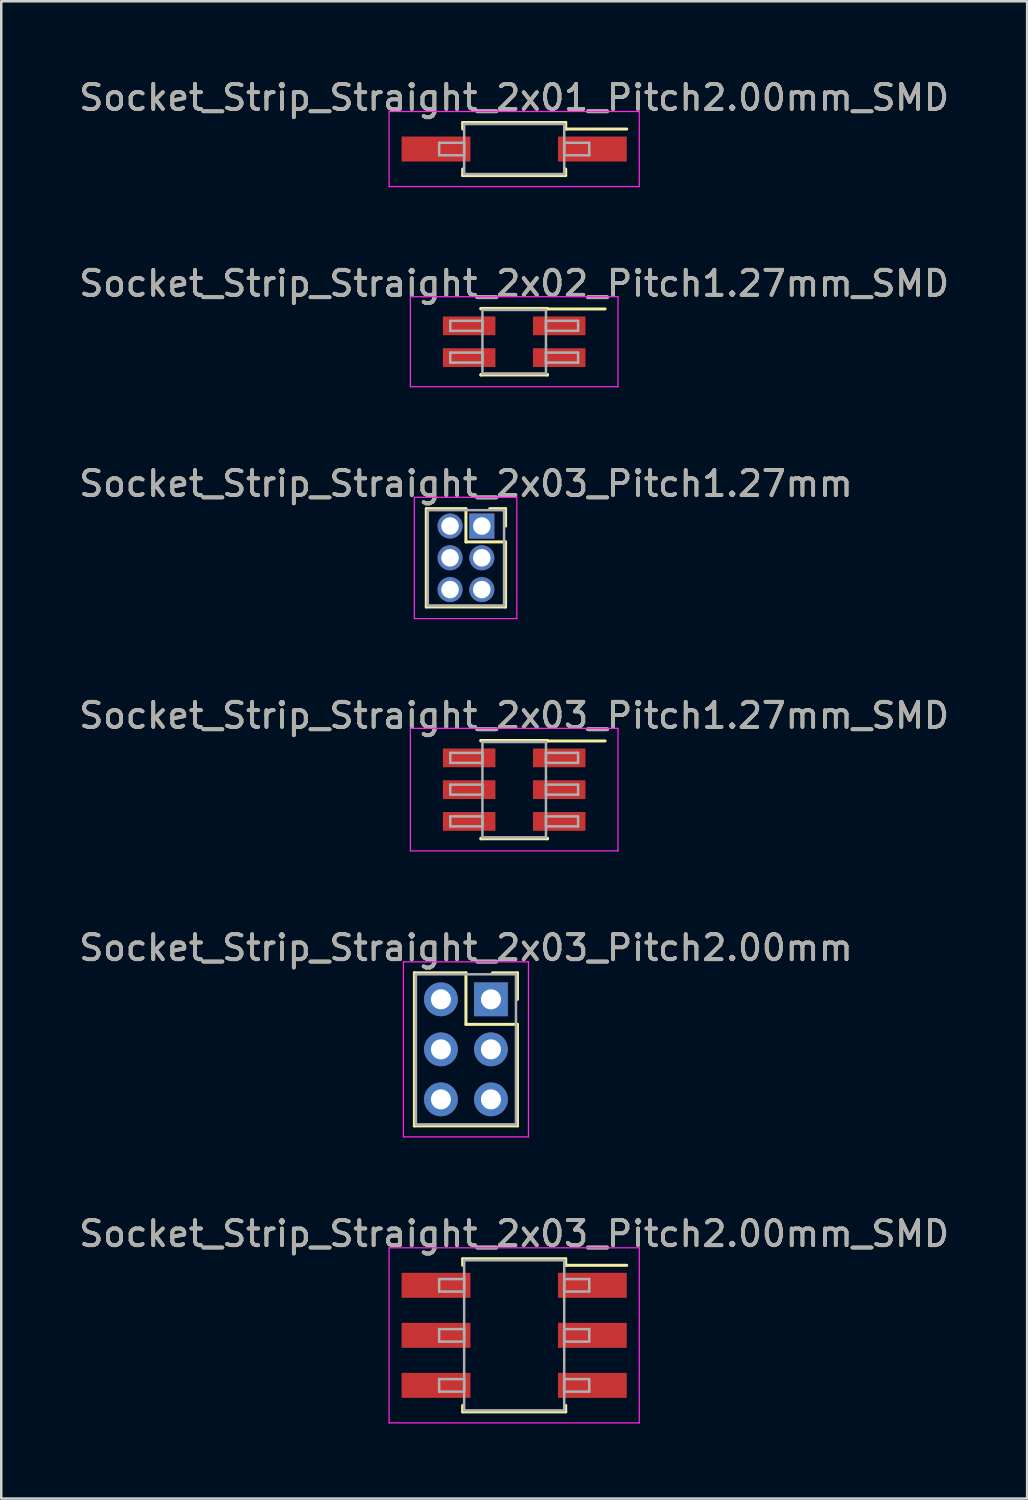
<source format=kicad_pcb>
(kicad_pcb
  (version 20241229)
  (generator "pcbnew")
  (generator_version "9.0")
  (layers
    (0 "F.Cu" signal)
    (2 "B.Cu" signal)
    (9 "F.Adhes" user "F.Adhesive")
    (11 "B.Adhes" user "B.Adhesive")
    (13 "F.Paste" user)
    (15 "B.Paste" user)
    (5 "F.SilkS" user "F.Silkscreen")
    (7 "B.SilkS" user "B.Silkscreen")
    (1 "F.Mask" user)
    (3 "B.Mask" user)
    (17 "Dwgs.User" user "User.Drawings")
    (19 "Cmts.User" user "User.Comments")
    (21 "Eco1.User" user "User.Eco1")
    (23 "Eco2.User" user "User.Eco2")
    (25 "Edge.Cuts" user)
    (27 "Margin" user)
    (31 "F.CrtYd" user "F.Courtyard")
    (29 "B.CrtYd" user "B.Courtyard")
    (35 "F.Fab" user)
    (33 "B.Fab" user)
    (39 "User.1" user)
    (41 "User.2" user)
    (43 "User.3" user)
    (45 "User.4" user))
  (footprint "Socket_Strip_Straight_2x02_Pitch1.27mm_SMD"
    (layer "F.Cu")
    (at 17.506 10.611)
    (property "Reference" "Socket_Strip_Straight_2x02_Pitch1.27mm_SMD" (at 0 -2.33 0) (layer "F.SilkS") (effects (font (size 1 1) (thickness 0.15))))
    (attr smd)
    (fp_line (start -1.33 -1.33) (end 1.33 -1.33) (stroke (width 0.12) (type solid)) (layer "F.SilkS"))
    (fp_line (start -1.33 -1.31) (end -1.33 -1.33) (stroke (width 0.12) (type solid)) (layer "F.SilkS"))
    (fp_line (start -1.33 1.31) (end -1.33 1.33) (stroke (width 0.12) (type solid)) (layer "F.SilkS"))
    (fp_line (start -1.33 1.33) (end 1.33 1.33) (stroke (width 0.12) (type solid)) (layer "F.SilkS"))
    (fp_line (start 1.33 -1.33) (end 1.33 -1.31) (stroke (width 0.12) (type solid)) (layer "F.SilkS"))
    (fp_line (start 1.33 1.33) (end 1.33 1.31) (stroke (width 0.12) (type solid)) (layer "F.SilkS"))
    (fp_line (start 3.635 -1.31) (end 1.33 -1.31) (stroke (width 0.12) (type solid)) (layer "F.SilkS"))
    (fp_line (start -4.15 -1.8) (end -4.15 1.8) (stroke (width 0.05) (type solid)) (layer "F.CrtYd"))
    (fp_line (start -4.15 1.8) (end 4.15 1.8) (stroke (width 0.05) (type solid)) (layer "F.CrtYd"))
    (fp_line (start 4.15 -1.8) (end -4.15 -1.8) (stroke (width 0.05) (type solid)) (layer "F.CrtYd"))
    (fp_line (start 4.15 1.8) (end 4.15 -1.8) (stroke (width 0.05) (type solid)) (layer "F.CrtYd"))
    (fp_line (start -2.555 -0.835) (end -1.27 -0.835) (stroke (width 0.1) (type solid)) (layer "F.Fab"))
    (fp_line (start -2.555 -0.435) (end -2.555 -0.835) (stroke (width 0.1) (type solid)) (layer "F.Fab"))
    (fp_line (start -2.555 0.435) (end -1.27 0.435) (stroke (width 0.1) (type solid)) (layer "F.Fab"))
    (fp_line (start -2.555 0.835) (end -2.555 0.435) (stroke (width 0.1) (type solid)) (layer "F.Fab"))
    (fp_line (start -1.27 -1.27) (end -1.27 1.27) (stroke (width 0.1) (type solid)) (layer "F.Fab"))
    (fp_line (start -1.27 -0.835) (end -1.27 -0.435) (stroke (width 0.1) (type solid)) (layer "F.Fab"))
    (fp_line (start -1.27 -0.435) (end -2.555 -0.435) (stroke (width 0.1) (type solid)) (layer "F.Fab"))
    (fp_line (start -1.27 0.435) (end -1.27 0.835) (stroke (width 0.1) (type solid)) (layer "F.Fab"))
    (fp_line (start -1.27 0.835) (end -2.555 0.835) (stroke (width 0.1) (type solid)) (layer "F.Fab"))
    (fp_line (start -1.27 1.27) (end 1.27 1.27) (stroke (width 0.1) (type solid)) (layer "F.Fab"))
    (fp_line (start 1.27 -1.27) (end -1.27 -1.27) (stroke (width 0.1) (type solid)) (layer "F.Fab"))
    (fp_line (start 1.27 -0.835) (end 1.27 -0.435) (stroke (width 0.1) (type solid)) (layer "F.Fab"))
    (fp_line (start 1.27 -0.435) (end 2.555 -0.435) (stroke (width 0.1) (type solid)) (layer "F.Fab"))
    (fp_line (start 1.27 0.435) (end 1.27 0.835) (stroke (width 0.1) (type solid)) (layer "F.Fab"))
    (fp_line (start 1.27 0.835) (end 2.555 0.835) (stroke (width 0.1) (type solid)) (layer "F.Fab"))
    (fp_line (start 1.27 1.27) (end 1.27 -1.27) (stroke (width 0.1) (type solid)) (layer "F.Fab"))
    (fp_line (start 2.555 -0.835) (end 1.27 -0.835) (stroke (width 0.1) (type solid)) (layer "F.Fab"))
    (fp_line (start 2.555 -0.435) (end 2.555 -0.835) (stroke (width 0.1) (type solid)) (layer "F.Fab"))
    (fp_line (start 2.555 0.435) (end 1.27 0.435) (stroke (width 0.1) (type solid)) (layer "F.Fab"))
    (fp_line (start 2.555 0.835) (end 2.555 0.435) (stroke (width 0.1) (type solid)) (layer "F.Fab"))
    (fp_text user "${REFERENCE}" (at 0 -2.33 0) (layer "F.Fab") (effects (font (size 1 1) (thickness 0.15))))
    (pad "1" smd rect (at 1.8 -0.635) (size 2.1 0.75) (layers "F.Cu" "F.Mask" "F.Paste"))
    (pad "2" smd rect (at -1.8 -0.635) (size 2.1 0.75) (layers "F.Cu" "F.Mask" "F.Paste"))
    (pad "3" smd rect (at 1.8 0.635) (size 2.1 0.75) (layers "F.Cu" "F.Mask" "F.Paste"))
    (pad "4" smd rect (at -1.8 0.635) (size 2.1 0.75) (layers "F.Cu" "F.Mask" "F.Paste")))
  (footprint "Socket_Strip_Straight_2x01_Pitch2.00mm_SMD"
    (layer "F.Cu")
    (at 17.506 2.908)
    (property "Reference" "Socket_Strip_Straight_2x01_Pitch2.00mm_SMD" (at 0 -2.06 0) (layer "F.SilkS") (effects (font (size 1 1) (thickness 0.15))))
    (attr smd)
    (fp_line (start -2.06 -1.06) (end 2.06 -1.06) (stroke (width 0.12) (type solid)) (layer "F.SilkS"))
    (fp_line (start -2.06 -0.8) (end -2.06 -1.06) (stroke (width 0.12) (type solid)) (layer "F.SilkS"))
    (fp_line (start -2.06 0.8) (end -2.06 1.06) (stroke (width 0.12) (type solid)) (layer "F.SilkS"))
    (fp_line (start -2.06 1.06) (end 2.06 1.06) (stroke (width 0.12) (type solid)) (layer "F.SilkS"))
    (fp_line (start 2.06 -1.06) (end 2.06 -0.8) (stroke (width 0.12) (type solid)) (layer "F.SilkS"))
    (fp_line (start 2.06 1.06) (end 2.06 0.8) (stroke (width 0.12) (type solid)) (layer "F.SilkS"))
    (fp_line (start 4.5 -0.8) (end 2.06 -0.8) (stroke (width 0.12) (type solid)) (layer "F.SilkS"))
    (fp_line (start -5 -1.5) (end -5 1.5) (stroke (width 0.05) (type solid)) (layer "F.CrtYd"))
    (fp_line (start -5 1.5) (end 5 1.5) (stroke (width 0.05) (type solid)) (layer "F.CrtYd"))
    (fp_line (start 5 -1.5) (end -5 -1.5) (stroke (width 0.05) (type solid)) (layer "F.CrtYd"))
    (fp_line (start 5 1.5) (end 5 -1.5) (stroke (width 0.05) (type solid)) (layer "F.CrtYd"))
    (fp_line (start -3 -0.25) (end -2 -0.25) (stroke (width 0.1) (type solid)) (layer "F.Fab"))
    (fp_line (start -3 0.25) (end -3 -0.25) (stroke (width 0.1) (type solid)) (layer "F.Fab"))
    (fp_line (start -2 -1) (end -2 1) (stroke (width 0.1) (type solid)) (layer "F.Fab"))
    (fp_line (start -2 -0.25) (end -2 0.25) (stroke (width 0.1) (type solid)) (layer "F.Fab"))
    (fp_line (start -2 0.25) (end -3 0.25) (stroke (width 0.1) (type solid)) (layer "F.Fab"))
    (fp_line (start -2 1) (end 2 1) (stroke (width 0.1) (type solid)) (layer "F.Fab"))
    (fp_line (start 2 -1) (end -2 -1) (stroke (width 0.1) (type solid)) (layer "F.Fab"))
    (fp_line (start 2 -0.25) (end 2 0.25) (stroke (width 0.1) (type solid)) (layer "F.Fab"))
    (fp_line (start 2 0.25) (end 3 0.25) (stroke (width 0.1) (type solid)) (layer "F.Fab"))
    (fp_line (start 2 1) (end 2 -1) (stroke (width 0.1) (type solid)) (layer "F.Fab"))
    (fp_line (start 3 -0.25) (end 2 -0.25) (stroke (width 0.1) (type solid)) (layer "F.Fab"))
    (fp_line (start 3 0.25) (end 3 -0.25) (stroke (width 0.1) (type solid)) (layer "F.Fab"))
    (fp_text user "${REFERENCE}" (at 0 -2.06 0) (layer "F.Fab") (effects (font (size 1 1) (thickness 0.15))))
    (pad "1" smd rect (at 3.125 0) (size 2.75 1) (layers "F.Cu" "F.Mask" "F.Paste"))
    (pad "2" smd rect (at -3.125 0) (size 2.75 1) (layers "F.Cu" "F.Mask" "F.Paste")))
  (footprint "Socket_Strip_Straight_2x03_Pitch1.27mm"
    (layer "F.Cu")
    (at 16.212 17.98)
    (property "Reference" "Socket_Strip_Straight_2x03_Pitch1.27mm" (at -0.635 -1.695 0) (layer "F.SilkS") (effects (font (size 1 1) (thickness 0.15))))
    (attr through_hole)
    (fp_line (start -2.22 -0.695) (end -0.635 -0.695) (stroke (width 0.12) (type solid)) (layer "F.SilkS"))
    (fp_line (start -2.22 3.235) (end -2.22 -0.695) (stroke (width 0.12) (type solid)) (layer "F.SilkS"))
    (fp_line (start -0.635 -0.695) (end -0.635 0.635) (stroke (width 0.12) (type solid)) (layer "F.SilkS"))
    (fp_line (start -0.635 0.635) (end 0.95 0.635) (stroke (width 0.12) (type solid)) (layer "F.SilkS"))
    (fp_line (start 0.95 -0.695) (end 0.315 -0.695) (stroke (width 0.12) (type solid)) (layer "F.SilkS"))
    (fp_line (start 0.95 0) (end 0.95 -0.695) (stroke (width 0.12) (type solid)) (layer "F.SilkS"))
    (fp_line (start 0.95 0.635) (end 0.95 3.235) (stroke (width 0.12) (type solid)) (layer "F.SilkS"))
    (fp_line (start 0.95 3.235) (end -2.22 3.235) (stroke (width 0.12) (type solid)) (layer "F.SilkS"))
    (fp_line (start -2.7 -1.15) (end -2.7 3.7) (stroke (width 0.05) (type solid)) (layer "F.CrtYd"))
    (fp_line (start -2.7 3.7) (end 1.4 3.7) (stroke (width 0.05) (type solid)) (layer "F.CrtYd"))
    (fp_line (start 1.4 -1.15) (end -2.7 -1.15) (stroke (width 0.05) (type solid)) (layer "F.CrtYd"))
    (fp_line (start 1.4 3.7) (end 1.4 -1.15) (stroke (width 0.05) (type solid)) (layer "F.CrtYd"))
    (fp_line (start -2.16 -0.635) (end -2.16 3.175) (stroke (width 0.1) (type solid)) (layer "F.Fab"))
    (fp_line (start -2.16 3.175) (end 0.89 3.175) (stroke (width 0.1) (type solid)) (layer "F.Fab"))
    (fp_line (start 0.89 -0.635) (end -2.16 -0.635) (stroke (width 0.1) (type solid)) (layer "F.Fab"))
    (fp_line (start 0.89 3.175) (end 0.89 -0.635) (stroke (width 0.1) (type solid)) (layer "F.Fab"))
    (fp_text user "${REFERENCE}" (at -0.635 -1.695 0) (layer "F.Fab") (effects (font (size 1 1) (thickness 0.15))))
    (pad "1" thru_hole rect (at 0 0) (size 1 1) (drill 0.7) (layers "*.Cu" "*.Mask"))
    (pad "2" thru_hole oval (at -1.27 0) (size 1 1) (drill 0.7) (layers "*.Cu" "*.Mask"))
    (pad "3" thru_hole oval (at 0 1.27) (size 1 1) (drill 0.7) (layers "*.Cu" "*.Mask"))
    (pad "4" thru_hole oval (at -1.27 1.27) (size 1 1) (drill 0.7) (layers "*.Cu" "*.Mask"))
    (pad "5" thru_hole oval (at 0 2.54) (size 1 1) (drill 0.7) (layers "*.Cu" "*.Mask"))
    (pad "6" thru_hole oval (at -1.27 2.54) (size 1 1) (drill 0.7) (layers "*.Cu" "*.Mask")))
  (footprint "Socket_Strip_Straight_2x03_Pitch2.00mm"
    (layer "F.Cu")
    (at 16.577 36.901)
    (property "Reference" "Socket_Strip_Straight_2x03_Pitch2.00mm" (at -1 -2.06 0) (layer "F.SilkS") (effects (font (size 1 1) (thickness 0.15))))
    (attr through_hole)
    (fp_line (start -3.06 -1.06) (end -1 -1.06) (stroke (width 0.12) (type solid)) (layer "F.SilkS"))
    (fp_line (start -3.06 5.06) (end -3.06 -1.06) (stroke (width 0.12) (type solid)) (layer "F.SilkS"))
    (fp_line (start -1 -1.06) (end -1 1) (stroke (width 0.12) (type solid)) (layer "F.SilkS"))
    (fp_line (start -1 1) (end 1.06 1) (stroke (width 0.12) (type solid)) (layer "F.SilkS"))
    (fp_line (start 1.06 -1.06) (end 0.06 -1.06) (stroke (width 0.12) (type solid)) (layer "F.SilkS"))
    (fp_line (start 1.06 0) (end 1.06 -1.06) (stroke (width 0.12) (type solid)) (layer "F.SilkS"))
    (fp_line (start 1.06 1) (end 1.06 5.06) (stroke (width 0.12) (type solid)) (layer "F.SilkS"))
    (fp_line (start 1.06 5.06) (end -3.06 5.06) (stroke (width 0.12) (type solid)) (layer "F.SilkS"))
    (fp_line (start -3.5 -1.5) (end -3.5 5.5) (stroke (width 0.05) (type solid)) (layer "F.CrtYd"))
    (fp_line (start -3.5 5.5) (end 1.5 5.5) (stroke (width 0.05) (type solid)) (layer "F.CrtYd"))
    (fp_line (start 1.5 -1.5) (end -3.5 -1.5) (stroke (width 0.05) (type solid)) (layer "F.CrtYd"))
    (fp_line (start 1.5 5.5) (end 1.5 -1.5) (stroke (width 0.05) (type solid)) (layer "F.CrtYd"))
    (fp_line (start -3 -1) (end -3 5) (stroke (width 0.1) (type solid)) (layer "F.Fab"))
    (fp_line (start -3 5) (end 1 5) (stroke (width 0.1) (type solid)) (layer "F.Fab"))
    (fp_line (start 1 -1) (end -3 -1) (stroke (width 0.1) (type solid)) (layer "F.Fab"))
    (fp_line (start 1 5) (end 1 -1) (stroke (width 0.1) (type solid)) (layer "F.Fab"))
    (fp_text user "${REFERENCE}" (at -1 -2.06 0) (layer "F.Fab") (effects (font (size 1 1) (thickness 0.15))))
    (pad "1" thru_hole rect (at 0 0) (size 1.35 1.35) (drill 0.8) (layers "*.Cu" "*.Mask"))
    (pad "2" thru_hole oval (at -2 0) (size 1.35 1.35) (drill 0.8) (layers "*.Cu" "*.Mask"))
    (pad "3" thru_hole oval (at 0 2) (size 1.35 1.35) (drill 0.8) (layers "*.Cu" "*.Mask"))
    (pad "4" thru_hole oval (at -2 2) (size 1.35 1.35) (drill 0.8) (layers "*.Cu" "*.Mask"))
    (pad "5" thru_hole oval (at 0 4) (size 1.35 1.35) (drill 0.8) (layers "*.Cu" "*.Mask"))
    (pad "6" thru_hole oval (at -2 4) (size 1.35 1.35) (drill 0.8) (layers "*.Cu" "*.Mask")))
  (footprint "Socket_Strip_Straight_2x03_Pitch2.00mm_SMD"
    (layer "F.Cu")
    (at 17.506 50.334)
    (property "Reference" "Socket_Strip_Straight_2x03_Pitch2.00mm_SMD" (at 0 -4.06 0) (layer "F.SilkS") (effects (font (size 1 1) (thickness 0.15))))
    (attr smd)
    (fp_line (start -2.06 -3.06) (end 2.06 -3.06) (stroke (width 0.12) (type solid)) (layer "F.SilkS"))
    (fp_line (start -2.06 -2.8) (end -2.06 -3.06) (stroke (width 0.12) (type solid)) (layer "F.SilkS"))
    (fp_line (start -2.06 2.8) (end -2.06 3.06) (stroke (width 0.12) (type solid)) (layer "F.SilkS"))
    (fp_line (start -2.06 3.06) (end 2.06 3.06) (stroke (width 0.12) (type solid)) (layer "F.SilkS"))
    (fp_line (start 2.06 -3.06) (end 2.06 -2.8) (stroke (width 0.12) (type solid)) (layer "F.SilkS"))
    (fp_line (start 2.06 3.06) (end 2.06 2.8) (stroke (width 0.12) (type solid)) (layer "F.SilkS"))
    (fp_line (start 4.5 -2.8) (end 2.06 -2.8) (stroke (width 0.12) (type solid)) (layer "F.SilkS"))
    (fp_line (start -5 -3.5) (end -5 3.5) (stroke (width 0.05) (type solid)) (layer "F.CrtYd"))
    (fp_line (start -5 3.5) (end 5 3.5) (stroke (width 0.05) (type solid)) (layer "F.CrtYd"))
    (fp_line (start 5 -3.5) (end -5 -3.5) (stroke (width 0.05) (type solid)) (layer "F.CrtYd"))
    (fp_line (start 5 3.5) (end 5 -3.5) (stroke (width 0.05) (type solid)) (layer "F.CrtYd"))
    (fp_line (start -3 -2.25) (end -2 -2.25) (stroke (width 0.1) (type solid)) (layer "F.Fab"))
    (fp_line (start -3 -1.75) (end -3 -2.25) (stroke (width 0.1) (type solid)) (layer "F.Fab"))
    (fp_line (start -3 -0.25) (end -2 -0.25) (stroke (width 0.1) (type solid)) (layer "F.Fab"))
    (fp_line (start -3 0.25) (end -3 -0.25) (stroke (width 0.1) (type solid)) (layer "F.Fab"))
    (fp_line (start -3 1.75) (end -2 1.75) (stroke (width 0.1) (type solid)) (layer "F.Fab"))
    (fp_line (start -3 2.25) (end -3 1.75) (stroke (width 0.1) (type solid)) (layer "F.Fab"))
    (fp_line (start -2 -3) (end -2 3) (stroke (width 0.1) (type solid)) (layer "F.Fab"))
    (fp_line (start -2 -2.25) (end -2 -1.75) (stroke (width 0.1) (type solid)) (layer "F.Fab"))
    (fp_line (start -2 -1.75) (end -3 -1.75) (stroke (width 0.1) (type solid)) (layer "F.Fab"))
    (fp_line (start -2 -0.25) (end -2 0.25) (stroke (width 0.1) (type solid)) (layer "F.Fab"))
    (fp_line (start -2 0.25) (end -3 0.25) (stroke (width 0.1) (type solid)) (layer "F.Fab"))
    (fp_line (start -2 1.75) (end -2 2.25) (stroke (width 0.1) (type solid)) (layer "F.Fab"))
    (fp_line (start -2 2.25) (end -3 2.25) (stroke (width 0.1) (type solid)) (layer "F.Fab"))
    (fp_line (start -2 3) (end 2 3) (stroke (width 0.1) (type solid)) (layer "F.Fab"))
    (fp_line (start 2 -3) (end -2 -3) (stroke (width 0.1) (type solid)) (layer "F.Fab"))
    (fp_line (start 2 -2.25) (end 2 -1.75) (stroke (width 0.1) (type solid)) (layer "F.Fab"))
    (fp_line (start 2 -1.75) (end 3 -1.75) (stroke (width 0.1) (type solid)) (layer "F.Fab"))
    (fp_line (start 2 -0.25) (end 2 0.25) (stroke (width 0.1) (type solid)) (layer "F.Fab"))
    (fp_line (start 2 0.25) (end 3 0.25) (stroke (width 0.1) (type solid)) (layer "F.Fab"))
    (fp_line (start 2 1.75) (end 2 2.25) (stroke (width 0.1) (type solid)) (layer "F.Fab"))
    (fp_line (start 2 2.25) (end 3 2.25) (stroke (width 0.1) (type solid)) (layer "F.Fab"))
    (fp_line (start 2 3) (end 2 -3) (stroke (width 0.1) (type solid)) (layer "F.Fab"))
    (fp_line (start 3 -2.25) (end 2 -2.25) (stroke (width 0.1) (type solid)) (layer "F.Fab"))
    (fp_line (start 3 -1.75) (end 3 -2.25) (stroke (width 0.1) (type solid)) (layer "F.Fab"))
    (fp_line (start 3 -0.25) (end 2 -0.25) (stroke (width 0.1) (type solid)) (layer "F.Fab"))
    (fp_line (start 3 0.25) (end 3 -0.25) (stroke (width 0.1) (type solid)) (layer "F.Fab"))
    (fp_line (start 3 1.75) (end 2 1.75) (stroke (width 0.1) (type solid)) (layer "F.Fab"))
    (fp_line (start 3 2.25) (end 3 1.75) (stroke (width 0.1) (type solid)) (layer "F.Fab"))
    (fp_text user "${REFERENCE}" (at 0 -4.06 0) (layer "F.Fab") (effects (font (size 1 1) (thickness 0.15))))
    (pad "1" smd rect (at 3.125 -2) (size 2.75 1) (layers "F.Cu" "F.Mask" "F.Paste"))
    (pad "2" smd rect (at -3.125 -2) (size 2.75 1) (layers "F.Cu" "F.Mask" "F.Paste"))
    (pad "3" smd rect (at 3.125 0) (size 2.75 1) (layers "F.Cu" "F.Mask" "F.Paste"))
    (pad "4" smd rect (at -3.125 0) (size 2.75 1) (layers "F.Cu" "F.Mask" "F.Paste"))
    (pad "5" smd rect (at 3.125 2) (size 2.75 1) (layers "F.Cu" "F.Mask" "F.Paste"))
    (pad "6" smd rect (at -3.125 2) (size 2.75 1) (layers "F.Cu" "F.Mask" "F.Paste")))
  (footprint "Socket_Strip_Straight_2x03_Pitch1.27mm_SMD"
    (layer "F.Cu")
    (at 17.506 28.518)
    (property "Reference" "Socket_Strip_Straight_2x03_Pitch1.27mm_SMD" (at 0 -2.965 0) (layer "F.SilkS") (effects (font (size 1 1) (thickness 0.15))))
    (attr smd)
    (fp_line (start -1.33 -1.965) (end 1.33 -1.965) (stroke (width 0.12) (type solid)) (layer "F.SilkS"))
    (fp_line (start -1.33 -1.945) (end -1.33 -1.965) (stroke (width 0.12) (type solid)) (layer "F.SilkS"))
    (fp_line (start -1.33 1.945) (end -1.33 1.965) (stroke (width 0.12) (type solid)) (layer "F.SilkS"))
    (fp_line (start -1.33 1.965) (end 1.33 1.965) (stroke (width 0.12) (type solid)) (layer "F.SilkS"))
    (fp_line (start 1.33 -1.965) (end 1.33 -1.945) (stroke (width 0.12) (type solid)) (layer "F.SilkS"))
    (fp_line (start 1.33 1.965) (end 1.33 1.945) (stroke (width 0.12) (type solid)) (layer "F.SilkS"))
    (fp_line (start 3.635 -1.945) (end 1.33 -1.945) (stroke (width 0.12) (type solid)) (layer "F.SilkS"))
    (fp_line (start -4.15 -2.45) (end -4.15 2.45) (stroke (width 0.05) (type solid)) (layer "F.CrtYd"))
    (fp_line (start -4.15 2.45) (end 4.15 2.45) (stroke (width 0.05) (type solid)) (layer "F.CrtYd"))
    (fp_line (start 4.15 -2.45) (end -4.15 -2.45) (stroke (width 0.05) (type solid)) (layer "F.CrtYd"))
    (fp_line (start 4.15 2.45) (end 4.15 -2.45) (stroke (width 0.05) (type solid)) (layer "F.CrtYd"))
    (fp_line (start -2.555 -1.47) (end -1.27 -1.47) (stroke (width 0.1) (type solid)) (layer "F.Fab"))
    (fp_line (start -2.555 -1.07) (end -2.555 -1.47) (stroke (width 0.1) (type solid)) (layer "F.Fab"))
    (fp_line (start -2.555 -0.2) (end -1.27 -0.2) (stroke (width 0.1) (type solid)) (layer "F.Fab"))
    (fp_line (start -2.555 0.2) (end -2.555 -0.2) (stroke (width 0.1) (type solid)) (layer "F.Fab"))
    (fp_line (start -2.555 1.07) (end -1.27 1.07) (stroke (width 0.1) (type solid)) (layer "F.Fab"))
    (fp_line (start -2.555 1.47) (end -2.555 1.07) (stroke (width 0.1) (type solid)) (layer "F.Fab"))
    (fp_line (start -1.27 -1.905) (end -1.27 1.905) (stroke (width 0.1) (type solid)) (layer "F.Fab"))
    (fp_line (start -1.27 -1.47) (end -1.27 -1.07) (stroke (width 0.1) (type solid)) (layer "F.Fab"))
    (fp_line (start -1.27 -1.07) (end -2.555 -1.07) (stroke (width 0.1) (type solid)) (layer "F.Fab"))
    (fp_line (start -1.27 -0.2) (end -1.27 0.2) (stroke (width 0.1) (type solid)) (layer "F.Fab"))
    (fp_line (start -1.27 0.2) (end -2.555 0.2) (stroke (width 0.1) (type solid)) (layer "F.Fab"))
    (fp_line (start -1.27 1.07) (end -1.27 1.47) (stroke (width 0.1) (type solid)) (layer "F.Fab"))
    (fp_line (start -1.27 1.47) (end -2.555 1.47) (stroke (width 0.1) (type solid)) (layer "F.Fab"))
    (fp_line (start -1.27 1.905) (end 1.27 1.905) (stroke (width 0.1) (type solid)) (layer "F.Fab"))
    (fp_line (start 1.27 -1.905) (end -1.27 -1.905) (stroke (width 0.1) (type solid)) (layer "F.Fab"))
    (fp_line (start 1.27 -1.47) (end 1.27 -1.07) (stroke (width 0.1) (type solid)) (layer "F.Fab"))
    (fp_line (start 1.27 -1.07) (end 2.555 -1.07) (stroke (width 0.1) (type solid)) (layer "F.Fab"))
    (fp_line (start 1.27 -0.2) (end 1.27 0.2) (stroke (width 0.1) (type solid)) (layer "F.Fab"))
    (fp_line (start 1.27 0.2) (end 2.555 0.2) (stroke (width 0.1) (type solid)) (layer "F.Fab"))
    (fp_line (start 1.27 1.07) (end 1.27 1.47) (stroke (width 0.1) (type solid)) (layer "F.Fab"))
    (fp_line (start 1.27 1.47) (end 2.555 1.47) (stroke (width 0.1) (type solid)) (layer "F.Fab"))
    (fp_line (start 1.27 1.905) (end 1.27 -1.905) (stroke (width 0.1) (type solid)) (layer "F.Fab"))
    (fp_line (start 2.555 -1.47) (end 1.27 -1.47) (stroke (width 0.1) (type solid)) (layer "F.Fab"))
    (fp_line (start 2.555 -1.07) (end 2.555 -1.47) (stroke (width 0.1) (type solid)) (layer "F.Fab"))
    (fp_line (start 2.555 -0.2) (end 1.27 -0.2) (stroke (width 0.1) (type solid)) (layer "F.Fab"))
    (fp_line (start 2.555 0.2) (end 2.555 -0.2) (stroke (width 0.1) (type solid)) (layer "F.Fab"))
    (fp_line (start 2.555 1.07) (end 1.27 1.07) (stroke (width 0.1) (type solid)) (layer "F.Fab"))
    (fp_line (start 2.555 1.47) (end 2.555 1.07) (stroke (width 0.1) (type solid)) (layer "F.Fab"))
    (fp_text user "${REFERENCE}" (at 0 -2.965 0) (layer "F.Fab") (effects (font (size 1 1) (thickness 0.15))))
    (pad "1" smd rect (at 1.8 -1.27) (size 2.1 0.75) (layers "F.Cu" "F.Mask" "F.Paste"))
    (pad "2" smd rect (at -1.8 -1.27) (size 2.1 0.75) (layers "F.Cu" "F.Mask" "F.Paste"))
    (pad "3" smd rect (at 1.8 0) (size 2.1 0.75) (layers "F.Cu" "F.Mask" "F.Paste"))
    (pad "4" smd rect (at -1.8 0) (size 2.1 0.75) (layers "F.Cu" "F.Mask" "F.Paste"))
    (pad "5" smd rect (at 1.8 1.27) (size 2.1 0.75) (layers "F.Cu" "F.Mask" "F.Paste"))
    (pad "6" smd rect (at -1.8 1.27) (size 2.1 0.75) (layers "F.Cu" "F.Mask" "F.Paste")))
  (gr_rect
    (start -3 -3)
    (end 38.012 56.859)
    (stroke (width 0.1) (type default))
    (fill no)
    (layer "Edge.Cuts")))
</source>
